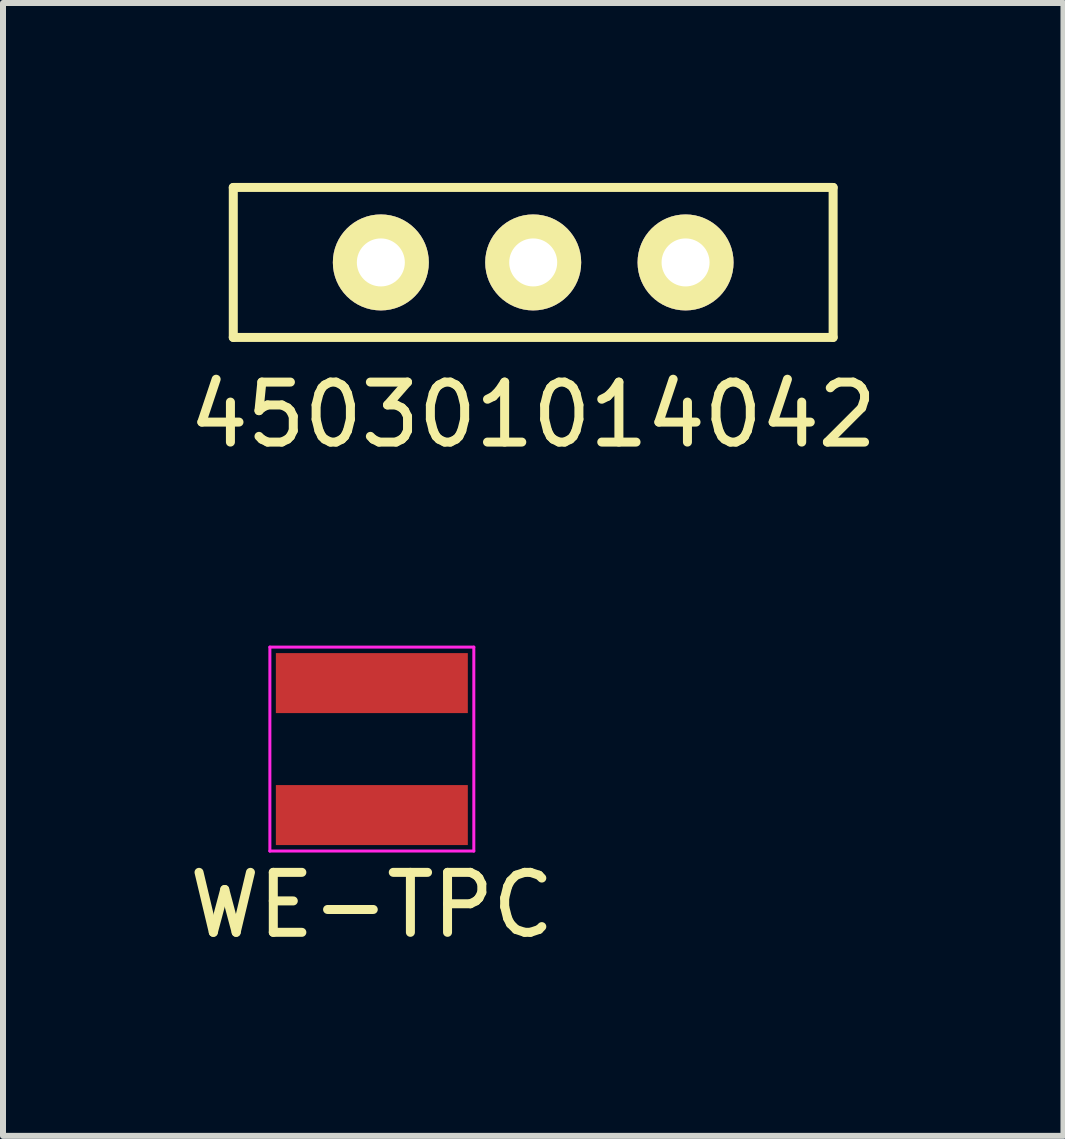
<source format=kicad_pcb>
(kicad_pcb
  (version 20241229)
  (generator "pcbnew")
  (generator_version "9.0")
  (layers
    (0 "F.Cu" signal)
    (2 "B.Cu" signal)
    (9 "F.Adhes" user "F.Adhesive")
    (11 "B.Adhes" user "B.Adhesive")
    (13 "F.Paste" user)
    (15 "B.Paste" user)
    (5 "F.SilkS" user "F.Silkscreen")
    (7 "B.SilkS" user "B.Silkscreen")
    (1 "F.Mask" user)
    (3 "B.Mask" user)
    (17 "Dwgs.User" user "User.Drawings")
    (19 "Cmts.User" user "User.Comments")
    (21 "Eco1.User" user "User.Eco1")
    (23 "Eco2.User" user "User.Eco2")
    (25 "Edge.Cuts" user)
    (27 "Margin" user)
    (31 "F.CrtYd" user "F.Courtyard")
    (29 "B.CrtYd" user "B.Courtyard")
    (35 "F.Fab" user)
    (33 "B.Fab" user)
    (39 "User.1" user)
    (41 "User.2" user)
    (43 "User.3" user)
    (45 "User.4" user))
  (footprint "450301014042"
    (layer "F.Cu")
    (at 5.839 1.325)
    (property "Reference" "450301014042" (at 0 2.54 0) (layer "F.SilkS") (effects (font (size 1 1) (thickness 0.15))))
    (attr through_hole)
    (fp_line (start -5 -1.25) (end 5 -1.25) (stroke (width 0.15) (type solid)) (layer "F.SilkS"))
    (fp_line (start -5 1.25) (end -5 -1.25) (stroke (width 0.15) (type solid)) (layer "F.SilkS"))
    (fp_line (start 5 -1.25) (end 5 1.25) (stroke (width 0.15) (type solid)) (layer "F.SilkS"))
    (fp_line (start 5 1.25) (end -5 1.25) (stroke (width 0.15) (type solid)) (layer "F.SilkS"))
    (pad "1" thru_hole circle (at 0 0) (size 1.6 1.6) (drill 0.8) (layers "*.Cu" "*.Mask" "F.SilkS"))
    (pad "2" thru_hole circle (at -2.54 0) (size 1.6 1.6) (drill 0.8) (layers "*.Cu" "*.Mask" "F.SilkS"))
    (pad "3" thru_hole circle (at 2.54 0) (size 1.6 1.6) (drill 0.8) (layers "*.Cu" "*.Mask" "F.SilkS")))
  (footprint "WE-TPC"
    (layer "F.Cu")
    (at 3.149 9.438)
    (property "Reference" "WE-TPC" (at 0 2.6 0) (layer "F.SilkS") (effects (font (size 1 1) (thickness 0.15))))
    (attr through_hole)
    (fp_line (start -1.7 -1.7) (end -1.7 1.7) (stroke (width 0.05) (type solid)) (layer "F.CrtYd"))
    (fp_line (start -1.7 1.7) (end 1.7 1.7) (stroke (width 0.05) (type solid)) (layer "F.CrtYd"))
    (fp_line (start 1.7 -1.7) (end -1.7 -1.7) (stroke (width 0.05) (type solid)) (layer "F.CrtYd"))
    (fp_line (start 1.7 1.7) (end 1.7 -1.7) (stroke (width 0.05) (type solid)) (layer "F.CrtYd"))
    (pad "1" smd rect (at 0 -1.1) (size 3.2 1) (layers "F.Cu" "F.Mask" "F.Paste"))
    (pad "2" smd rect (at 0 1.1) (size 3.2 1) (layers "F.Cu" "F.Mask" "F.Paste")))
  (gr_rect
    (start -3 -3)
    (end 14.679 15.886)
    (stroke (width 0.1) (type default))
    (fill no)
    (layer "Edge.Cuts")))
</source>
